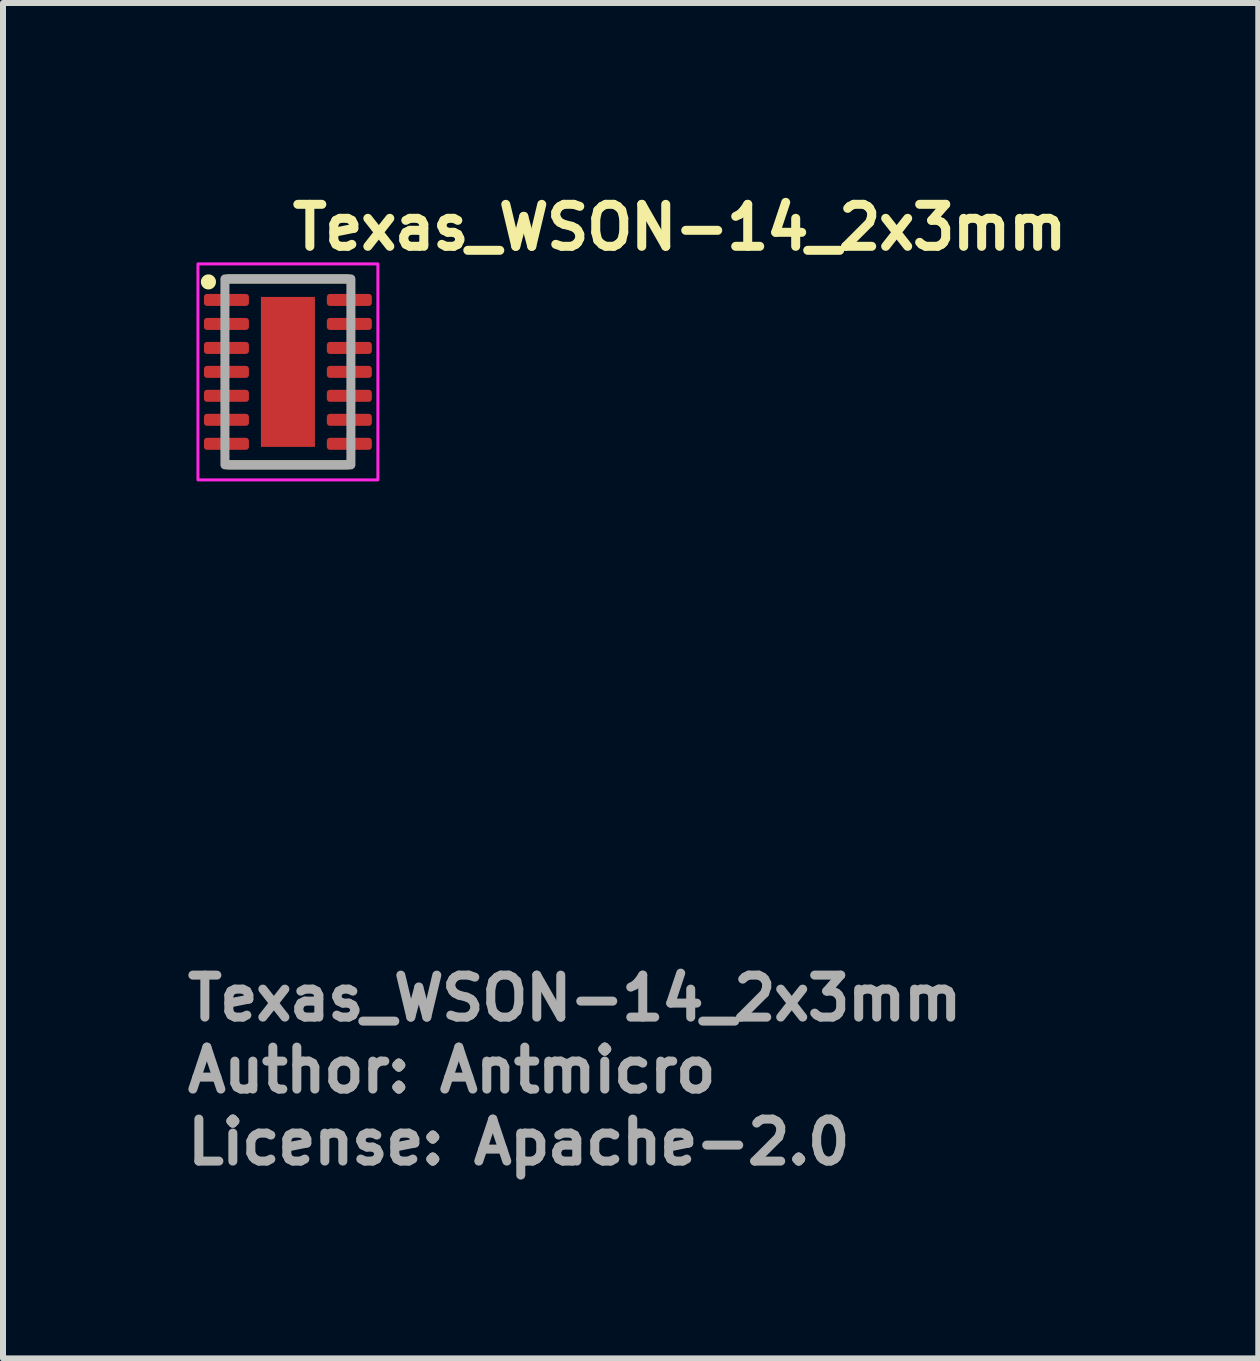
<source format=kicad_pcb>
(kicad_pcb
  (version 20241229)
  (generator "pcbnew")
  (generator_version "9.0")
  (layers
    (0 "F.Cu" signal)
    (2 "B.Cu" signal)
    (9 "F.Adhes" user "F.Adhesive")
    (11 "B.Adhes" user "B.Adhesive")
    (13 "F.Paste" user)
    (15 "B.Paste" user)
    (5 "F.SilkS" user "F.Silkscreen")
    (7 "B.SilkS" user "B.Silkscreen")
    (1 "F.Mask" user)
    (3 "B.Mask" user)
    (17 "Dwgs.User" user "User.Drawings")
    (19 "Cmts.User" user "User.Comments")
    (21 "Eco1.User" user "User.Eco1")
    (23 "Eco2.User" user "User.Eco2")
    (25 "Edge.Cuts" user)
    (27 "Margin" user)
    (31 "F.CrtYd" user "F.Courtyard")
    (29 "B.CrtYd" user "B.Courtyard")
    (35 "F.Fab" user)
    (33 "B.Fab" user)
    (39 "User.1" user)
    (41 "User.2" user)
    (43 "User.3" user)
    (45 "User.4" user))
  (footprint "Texas_WSON-14_2x3mm"
    (layer "F.Cu")
    (at 1.75 3.15)
    (property "Reference" "Texas_WSON-14_2x3mm" (at 0 -2 0) (unlocked yes) (layer "F.SilkS") (effects (font (size 0.7 0.7) (thickness 0.15)) (justify left bottom)))
    (attr smd)
    (fp_line (start -1 -1.549) (end 1 -1.549) (stroke (width 0.15) (type solid)) (layer "F.SilkS"))
    (fp_line (start -1 1.549) (end 1 1.549) (stroke (width 0.15) (type solid)) (layer "F.SilkS"))
    (fp_circle (center -1.325 -1.5) (end -1.274 -1.5) (stroke (width 0.15) (type solid)) (fill yes) (layer "F.SilkS"))
    (fp_rect (start -1.5 -1.8) (end 1.5 1.8) (stroke (width 0.05) (type solid)) (fill no) (layer "F.CrtYd"))
    (fp_rect (start -1.05 -1.55) (end 1.05 1.55) (stroke (width 0.15) (type solid)) (fill no) (layer "F.Fab"))
    (fp_line (start -1.05 -1.549) (end 1.05 -1.549) (stroke (width 0.1) (type solid)) (layer "User.1"))
    (fp_line (start -1.05 1.549) (end -1.05 -1.549) (stroke (width 0.1) (type solid)) (layer "User.1"))
    (fp_line (start -1.05 1.549) (end 1.05 1.549) (stroke (width 0.1) (type solid)) (layer "User.1"))
    (fp_line (start 1.05 1.549) (end 1.05 -1.549) (stroke (width 0.1) (type solid)) (layer "User.1"))
    (fp_rect (start -1.05 1.5) (end 1.05 -1.5) (stroke (width 0.1) (type solid)) (fill no) (layer "User.5"))
    (fp_line (start -1.05 -1.3) (end -1 -1.3) (stroke (width 0.02) (type solid)) (layer "User.9"))
    (fp_line (start -1.05 -1.1) (end -1.05 -1.3) (stroke (width 0.02) (type solid)) (layer "User.9"))
    (fp_line (start -1.05 -1.1) (end -1 -1.1) (stroke (width 0.02) (type solid)) (layer "User.9"))
    (fp_line (start -1.05 -0.9) (end -1 -0.9) (stroke (width 0.02) (type solid)) (layer "User.9"))
    (fp_line (start -1.05 -0.699) (end -1.05 -0.9) (stroke (width 0.02) (type solid)) (layer "User.9"))
    (fp_line (start -1.05 -0.699) (end -1 -0.699) (stroke (width 0.02) (type solid)) (layer "User.9"))
    (fp_line (start -1.05 -0.5) (end -1 -0.5) (stroke (width 0.02) (type solid)) (layer "User.9"))
    (fp_line (start -1.05 -0.3) (end -1.05 -0.5) (stroke (width 0.02) (type solid)) (layer "User.9"))
    (fp_line (start -1.05 -0.3) (end -1 -0.3) (stroke (width 0.02) (type solid)) (layer "User.9"))
    (fp_line (start -1.05 -0.1) (end -1 -0.1) (stroke (width 0.02) (type solid)) (layer "User.9"))
    (fp_line (start -1.05 0.1) (end -1.05 -0.1) (stroke (width 0.02) (type solid)) (layer "User.9"))
    (fp_line (start -1.05 0.1) (end -1 0.1) (stroke (width 0.02) (type solid)) (layer "User.9"))
    (fp_line (start -1.05 0.3) (end -1 0.3) (stroke (width 0.02) (type solid)) (layer "User.9"))
    (fp_line (start -1.05 0.5) (end -1.05 0.3) (stroke (width 0.02) (type solid)) (layer "User.9"))
    (fp_line (start -1.05 0.5) (end -1 0.5) (stroke (width 0.02) (type solid)) (layer "User.9"))
    (fp_line (start -1.05 0.699) (end -1 0.699) (stroke (width 0.02) (type solid)) (layer "User.9"))
    (fp_line (start -1.05 0.9) (end -1.05 0.699) (stroke (width 0.02) (type solid)) (layer "User.9"))
    (fp_line (start -1.05 0.9) (end -1 0.9) (stroke (width 0.02) (type solid)) (layer "User.9"))
    (fp_line (start -1.05 1.1) (end -1 1.1) (stroke (width 0.02) (type solid)) (layer "User.9"))
    (fp_line (start -1.05 1.3) (end -1.05 1.1) (stroke (width 0.02) (type solid)) (layer "User.9"))
    (fp_line (start -1.05 1.3) (end -1 1.3) (stroke (width 0.02) (type solid)) (layer "User.9"))
    (fp_line (start -1 -1.5) (end 1 -1.5) (stroke (width 0.02) (type solid)) (layer "User.9"))
    (fp_line (start -1 1.5) (end -1 -1.5) (stroke (width 0.02) (type solid)) (layer "User.9"))
    (fp_line (start -1 1.5) (end 1 1.5) (stroke (width 0.02) (type solid)) (layer "User.9"))
    (fp_line (start -0.875 -1.25) (end -0.875 -1.25) (stroke (width 0.02) (type solid)) (layer "User.9"))
    (fp_line (start -0.875 -1.25) (end -0.874 -1.243) (stroke (width 0.02) (type solid)) (layer "User.9"))
    (fp_line (start -0.874 -1.262) (end -0.874 -1.256) (stroke (width 0.02) (type solid)) (layer "User.9"))
    (fp_line (start -0.874 -1.256) (end -0.875 -1.25) (stroke (width 0.02) (type solid)) (layer "User.9"))
    (fp_line (start -0.874 -1.243) (end -0.874 -1.237) (stroke (width 0.02) (type solid)) (layer "User.9"))
    (fp_line (start -0.874 -1.237) (end -0.873 -1.23) (stroke (width 0.02) (type solid)) (layer "User.9"))
    (fp_line (start -0.873 -1.269) (end -0.874 -1.262) (stroke (width 0.02) (type solid)) (layer "User.9"))
    (fp_line (start -0.873 -1.23) (end -0.872 -1.224) (stroke (width 0.02) (type solid)) (layer "User.9"))
    (fp_line (start -0.872 -1.275) (end -0.873 -1.269) (stroke (width 0.02) (type solid)) (layer "User.9"))
    (fp_line (start -0.872 -1.224) (end -0.871 -1.218) (stroke (width 0.02) (type solid)) (layer "User.9"))
    (fp_line (start -0.871 -1.281) (end -0.872 -1.275) (stroke (width 0.02) (type solid)) (layer "User.9"))
    (fp_line (start -0.871 -1.218) (end -0.869 -1.212) (stroke (width 0.02) (type solid)) (layer "User.9"))
    (fp_line (start -0.869 -1.287) (end -0.871 -1.281) (stroke (width 0.02) (type solid)) (layer "User.9"))
    (fp_line (start -0.869 -1.212) (end -0.867 -1.207) (stroke (width 0.02) (type solid)) (layer "User.9"))
    (fp_line (start -0.867 -1.292) (end -0.869 -1.287) (stroke (width 0.02) (type solid)) (layer "User.9"))
    (fp_line (start -0.867 -1.207) (end -0.865 -1.201) (stroke (width 0.02) (type solid)) (layer "User.9"))
    (fp_line (start -0.865 -1.298) (end -0.867 -1.292) (stroke (width 0.02) (type solid)) (layer "User.9"))
    (fp_line (start -0.865 -1.201) (end -0.862 -1.195) (stroke (width 0.02) (type solid)) (layer "User.9"))
    (fp_line (start -0.862 -1.304) (end -0.865 -1.298) (stroke (width 0.02) (type solid)) (layer "User.9"))
    (fp_line (start -0.862 -1.195) (end -0.859 -1.19) (stroke (width 0.02) (type solid)) (layer "User.9"))
    (fp_line (start -0.859 -1.309) (end -0.862 -1.304) (stroke (width 0.02) (type solid)) (layer "User.9"))
    (fp_line (start -0.859 -1.19) (end -0.856 -1.185) (stroke (width 0.02) (type solid)) (layer "User.9"))
    (fp_line (start -0.856 -1.314) (end -0.859 -1.309) (stroke (width 0.02) (type solid)) (layer "User.9"))
    (fp_line (start -0.856 -1.185) (end -0.853 -1.18) (stroke (width 0.02) (type solid)) (layer "User.9"))
    (fp_line (start -0.853 -1.319) (end -0.856 -1.314) (stroke (width 0.02) (type solid)) (layer "User.9"))
    (fp_line (start -0.853 -1.18) (end -0.85 -1.175) (stroke (width 0.02) (type solid)) (layer "User.9"))
    (fp_line (start -0.85 -1.324) (end -0.853 -1.319) (stroke (width 0.02) (type solid)) (layer "User.9"))
    (fp_line (start -0.85 -1.175) (end -0.846 -1.17) (stroke (width 0.02) (type solid)) (layer "User.9"))
    (fp_line (start -0.846 -1.329) (end -0.85 -1.324) (stroke (width 0.02) (type solid)) (layer "User.9"))
    (fp_line (start -0.846 -1.17) (end -0.842 -1.165) (stroke (width 0.02) (type solid)) (layer "User.9"))
    (fp_line (start -0.842 -1.334) (end -0.846 -1.329) (stroke (width 0.02) (type solid)) (layer "User.9"))
    (fp_line (start -0.842 -1.165) (end -0.838 -1.161) (stroke (width 0.02) (type solid)) (layer "User.9"))
    (fp_line (start -0.838 -1.338) (end -0.842 -1.334) (stroke (width 0.02) (type solid)) (layer "User.9"))
    (fp_line (start -0.838 -1.161) (end -0.834 -1.157) (stroke (width 0.02) (type solid)) (layer "User.9"))
    (fp_line (start -0.834 -1.342) (end -0.838 -1.338) (stroke (width 0.02) (type solid)) (layer "User.9"))
    (fp_line (start -0.834 -1.157) (end -0.829 -1.153) (stroke (width 0.02) (type solid)) (layer "User.9"))
    (fp_line (start -0.829 -1.346) (end -0.834 -1.342) (stroke (width 0.02) (type solid)) (layer "User.9"))
    (fp_line (start -0.829 -1.153) (end -0.824 -1.149) (stroke (width 0.02) (type solid)) (layer "User.9"))
    (fp_line (start -0.824 -1.35) (end -0.829 -1.346) (stroke (width 0.02) (type solid)) (layer "User.9"))
    (fp_line (start -0.824 -1.149) (end -0.819 -1.146) (stroke (width 0.02) (type solid)) (layer "User.9"))
    (fp_line (start -0.819 -1.353) (end -0.824 -1.35) (stroke (width 0.02) (type solid)) (layer "User.9"))
    (fp_line (start -0.819 -1.146) (end -0.814 -1.143) (stroke (width 0.02) (type solid)) (layer "User.9"))
    (fp_line (start -0.814 -1.356) (end -0.819 -1.353) (stroke (width 0.02) (type solid)) (layer "User.9"))
    (fp_line (start -0.814 -1.143) (end -0.809 -1.14) (stroke (width 0.02) (type solid)) (layer "User.9"))
    (fp_line (start -0.809 -1.359) (end -0.814 -1.356) (stroke (width 0.02) (type solid)) (layer "User.9"))
    (fp_line (start -0.809 -1.14) (end -0.804 -1.137) (stroke (width 0.02) (type solid)) (layer "User.9"))
    (fp_line (start -0.804 -1.362) (end -0.809 -1.359) (stroke (width 0.02) (type solid)) (layer "User.9"))
    (fp_line (start -0.804 -1.137) (end -0.798 -1.134) (stroke (width 0.02) (type solid)) (layer "User.9"))
    (fp_line (start -0.798 -1.365) (end -0.804 -1.362) (stroke (width 0.02) (type solid)) (layer "User.9"))
    (fp_line (start -0.798 -1.134) (end -0.792 -1.132) (stroke (width 0.02) (type solid)) (layer "User.9"))
    (fp_line (start -0.792 -1.367) (end -0.798 -1.365) (stroke (width 0.02) (type solid)) (layer "User.9"))
    (fp_line (start -0.792 -1.132) (end -0.787 -1.13) (stroke (width 0.02) (type solid)) (layer "User.9"))
    (fp_line (start -0.787 -1.369) (end -0.792 -1.367) (stroke (width 0.02) (type solid)) (layer "User.9"))
    (fp_line (start -0.787 -1.13) (end -0.781 -1.128) (stroke (width 0.02) (type solid)) (layer "User.9"))
    (fp_line (start -0.781 -1.371) (end -0.787 -1.369) (stroke (width 0.02) (type solid)) (layer "User.9"))
    (fp_line (start -0.781 -1.128) (end -0.775 -1.127) (stroke (width 0.02) (type solid)) (layer "User.9"))
    (fp_line (start -0.775 -1.372) (end -0.781 -1.371) (stroke (width 0.02) (type solid)) (layer "User.9"))
    (fp_line (start -0.775 -1.127) (end -0.769 -1.126) (stroke (width 0.02) (type solid)) (layer "User.9"))
    (fp_line (start -0.769 -1.373) (end -0.775 -1.372) (stroke (width 0.02) (type solid)) (layer "User.9"))
    (fp_line (start -0.769 -1.126) (end -0.762 -1.125) (stroke (width 0.02) (type solid)) (layer "User.9"))
    (fp_line (start -0.762 -1.374) (end -0.769 -1.373) (stroke (width 0.02) (type solid)) (layer "User.9"))
    (fp_line (start -0.762 -1.125) (end -0.756 -1.125) (stroke (width 0.02) (type solid)) (layer "User.9"))
    (fp_line (start -0.756 -1.374) (end -0.762 -1.374) (stroke (width 0.02) (type solid)) (layer "User.9"))
    (fp_line (start -0.756 -1.125) (end -0.75 -1.125) (stroke (width 0.02) (type solid)) (layer "User.9"))
    (fp_line (start -0.75 -1.375) (end -0.756 -1.374) (stroke (width 0.02) (type solid)) (layer "User.9"))
    (fp_line (start -0.75 -1.375) (end -0.75 -1.375) (stroke (width 0.02) (type solid)) (layer "User.9"))
    (fp_line (start -0.75 -1.375) (end -0.75 -1.375) (stroke (width 0.02) (type solid)) (layer "User.9"))
    (fp_line (start -0.75 -1.125) (end -0.75 -1.125) (stroke (width 0.02) (type solid)) (layer "User.9"))
    (fp_line (start -0.75 -1.125) (end -0.743 -1.125) (stroke (width 0.02) (type solid)) (layer "User.9"))
    (fp_line (start -0.743 -1.374) (end -0.75 -1.375) (stroke (width 0.02) (type solid)) (layer "User.9"))
    (fp_line (start -0.743 -1.125) (end -0.737 -1.125) (stroke (width 0.02) (type solid)) (layer "User.9"))
    (fp_line (start -0.737 -1.374) (end -0.743 -1.374) (stroke (width 0.02) (type solid)) (layer "User.9"))
    (fp_line (start -0.737 -1.125) (end -0.73 -1.126) (stroke (width 0.02) (type solid)) (layer "User.9"))
    (fp_line (start -0.73 -1.373) (end -0.737 -1.374) (stroke (width 0.02) (type solid)) (layer "User.9"))
    (fp_line (start -0.73 -1.126) (end -0.724 -1.127) (stroke (width 0.02) (type solid)) (layer "User.9"))
    (fp_line (start -0.724 -1.372) (end -0.73 -1.373) (stroke (width 0.02) (type solid)) (layer "User.9"))
    (fp_line (start -0.724 -1.127) (end -0.718 -1.128) (stroke (width 0.02) (type solid)) (layer "User.9"))
    (fp_line (start -0.718 -1.371) (end -0.724 -1.372) (stroke (width 0.02) (type solid)) (layer "User.9"))
    (fp_line (start -0.718 -1.128) (end -0.712 -1.13) (stroke (width 0.02) (type solid)) (layer "User.9"))
    (fp_line (start -0.712 -1.369) (end -0.718 -1.371) (stroke (width 0.02) (type solid)) (layer "User.9"))
    (fp_line (start -0.712 -1.13) (end -0.707 -1.132) (stroke (width 0.02) (type solid)) (layer "User.9"))
    (fp_line (start -0.707 -1.367) (end -0.712 -1.369) (stroke (width 0.02) (type solid)) (layer "User.9"))
    (fp_line (start -0.707 -1.132) (end -0.701 -1.134) (stroke (width 0.02) (type solid)) (layer "User.9"))
    (fp_line (start -0.701 -1.365) (end -0.707 -1.367) (stroke (width 0.02) (type solid)) (layer "User.9"))
    (fp_line (start -0.701 -1.134) (end -0.695 -1.137) (stroke (width 0.02) (type solid)) (layer "User.9"))
    (fp_line (start -0.695 -1.362) (end -0.701 -1.365) (stroke (width 0.02) (type solid)) (layer "User.9"))
    (fp_line (start -0.695 -1.137) (end -0.69 -1.14) (stroke (width 0.02) (type solid)) (layer "User.9"))
    (fp_line (start -0.69 -1.359) (end -0.695 -1.362) (stroke (width 0.02) (type solid)) (layer "User.9"))
    (fp_line (start -0.69 -1.14) (end -0.685 -1.143) (stroke (width 0.02) (type solid)) (layer "User.9"))
    (fp_line (start -0.685 -1.356) (end -0.69 -1.359) (stroke (width 0.02) (type solid)) (layer "User.9"))
    (fp_line (start -0.685 -1.143) (end -0.68 -1.146) (stroke (width 0.02) (type solid)) (layer "User.9"))
    (fp_line (start -0.68 -1.353) (end -0.685 -1.356) (stroke (width 0.02) (type solid)) (layer "User.9"))
    (fp_line (start -0.68 -1.146) (end -0.675 -1.149) (stroke (width 0.02) (type solid)) (layer "User.9"))
    (fp_line (start -0.675 -1.35) (end -0.68 -1.353) (stroke (width 0.02) (type solid)) (layer "User.9"))
    (fp_line (start -0.675 -1.149) (end -0.67 -1.153) (stroke (width 0.02) (type solid)) (layer "User.9"))
    (fp_line (start -0.67 -1.346) (end -0.675 -1.35) (stroke (width 0.02) (type solid)) (layer "User.9"))
    (fp_line (start -0.67 -1.153) (end -0.665 -1.157) (stroke (width 0.02) (type solid)) (layer "User.9"))
    (fp_line (start -0.665 -1.342) (end -0.67 -1.346) (stroke (width 0.02) (type solid)) (layer "User.9"))
    (fp_line (start -0.665 -1.157) (end -0.661 -1.161) (stroke (width 0.02) (type solid)) (layer "User.9"))
    (fp_line (start -0.661 -1.338) (end -0.665 -1.342) (stroke (width 0.02) (type solid)) (layer "User.9"))
    (fp_line (start -0.661 -1.161) (end -0.657 -1.165) (stroke (width 0.02) (type solid)) (layer "User.9"))
    (fp_line (start -0.657 -1.334) (end -0.661 -1.338) (stroke (width 0.02) (type solid)) (layer "User.9"))
    (fp_line (start -0.657 -1.165) (end -0.653 -1.17) (stroke (width 0.02) (type solid)) (layer "User.9"))
    (fp_line (start -0.653 -1.329) (end -0.657 -1.334) (stroke (width 0.02) (type solid)) (layer "User.9"))
    (fp_line (start -0.653 -1.17) (end -0.649 -1.175) (stroke (width 0.02) (type solid)) (layer "User.9"))
    (fp_line (start -0.649 -1.324) (end -0.653 -1.329) (stroke (width 0.02) (type solid)) (layer "User.9"))
    (fp_line (start -0.649 -1.175) (end -0.646 -1.18) (stroke (width 0.02) (type solid)) (layer "User.9"))
    (fp_line (start -0.646 -1.319) (end -0.649 -1.324) (stroke (width 0.02) (type solid)) (layer "User.9"))
    (fp_line (start -0.646 -1.18) (end -0.643 -1.185) (stroke (width 0.02) (type solid)) (layer "User.9"))
    (fp_line (start -0.643 -1.314) (end -0.646 -1.319) (stroke (width 0.02) (type solid)) (layer "User.9"))
    (fp_line (start -0.643 -1.185) (end -0.64 -1.19) (stroke (width 0.02) (type solid)) (layer "User.9"))
    (fp_line (start -0.64 -1.309) (end -0.643 -1.314) (stroke (width 0.02) (type solid)) (layer "User.9"))
    (fp_line (start -0.64 -1.19) (end -0.637 -1.195) (stroke (width 0.02) (type solid)) (layer "User.9"))
    (fp_line (start -0.637 -1.304) (end -0.64 -1.309) (stroke (width 0.02) (type solid)) (layer "User.9"))
    (fp_line (start -0.637 -1.195) (end -0.634 -1.201) (stroke (width 0.02) (type solid)) (layer "User.9"))
    (fp_line (start -0.634 -1.298) (end -0.637 -1.304) (stroke (width 0.02) (type solid)) (layer "User.9"))
    (fp_line (start -0.634 -1.201) (end -0.632 -1.207) (stroke (width 0.02) (type solid)) (layer "User.9"))
    (fp_line (start -0.632 -1.292) (end -0.634 -1.298) (stroke (width 0.02) (type solid)) (layer "User.9"))
    (fp_line (start -0.632 -1.207) (end -0.63 -1.212) (stroke (width 0.02) (type solid)) (layer "User.9"))
    (fp_line (start -0.63 -1.287) (end -0.632 -1.292) (stroke (width 0.02) (type solid)) (layer "User.9"))
    (fp_line (start -0.63 -1.212) (end -0.628 -1.218) (stroke (width 0.02) (type solid)) (layer "User.9"))
    (fp_line (start -0.628 -1.281) (end -0.63 -1.287) (stroke (width 0.02) (type solid)) (layer "User.9"))
    (fp_line (start -0.628 -1.218) (end -0.627 -1.224) (stroke (width 0.02) (type solid)) (layer "User.9"))
    (fp_line (start -0.627 -1.275) (end -0.628 -1.281) (stroke (width 0.02) (type solid)) (layer "User.9"))
    (fp_line (start -0.627 -1.224) (end -0.626 -1.23) (stroke (width 0.02) (type solid)) (layer "User.9"))
    (fp_line (start -0.626 -1.269) (end -0.627 -1.275) (stroke (width 0.02) (type solid)) (layer "User.9"))
    (fp_line (start -0.626 -1.23) (end -0.625 -1.237) (stroke (width 0.02) (type solid)) (layer "User.9"))
    (fp_line (start -0.625 -1.262) (end -0.626 -1.269) (stroke (width 0.02) (type solid)) (layer "User.9"))
    (fp_line (start -0.625 -1.256) (end -0.625 -1.262) (stroke (width 0.02) (type solid)) (layer "User.9"))
    (fp_line (start -0.625 -1.25) (end -0.625 -1.256) (stroke (width 0.02) (type solid)) (layer "User.9"))
    (fp_line (start -0.625 -1.25) (end -0.625 -1.25) (stroke (width 0.02) (type solid)) (layer "User.9"))
    (fp_line (start -0.625 -1.243) (end -0.625 -1.25) (stroke (width 0.02) (type solid)) (layer "User.9"))
    (fp_line (start -0.625 -1.237) (end -0.625 -1.243) (stroke (width 0.02) (type solid)) (layer "User.9"))
    (fp_line (start 1 -1.3) (end 1.05 -1.3) (stroke (width 0.02) (type solid)) (layer "User.9"))
    (fp_line (start 1 -1.1) (end 1.05 -1.1) (stroke (width 0.02) (type solid)) (layer "User.9"))
    (fp_line (start 1 -0.9) (end 1.05 -0.9) (stroke (width 0.02) (type solid)) (layer "User.9"))
    (fp_line (start 1 -0.699) (end 1.05 -0.699) (stroke (width 0.02) (type solid)) (layer "User.9"))
    (fp_line (start 1 -0.5) (end 1.05 -0.5) (stroke (width 0.02) (type solid)) (layer "User.9"))
    (fp_line (start 1 -0.3) (end 1.05 -0.3) (stroke (width 0.02) (type solid)) (layer "User.9"))
    (fp_line (start 1 -0.1) (end 1.05 -0.1) (stroke (width 0.02) (type solid)) (layer "User.9"))
    (fp_line (start 1 0.1) (end 1.05 0.1) (stroke (width 0.02) (type solid)) (layer "User.9"))
    (fp_line (start 1 0.3) (end 1.05 0.3) (stroke (width 0.02) (type solid)) (layer "User.9"))
    (fp_line (start 1 0.5) (end 1.05 0.5) (stroke (width 0.02) (type solid)) (layer "User.9"))
    (fp_line (start 1 0.699) (end 1.05 0.699) (stroke (width 0.02) (type solid)) (layer "User.9"))
    (fp_line (start 1 0.9) (end 1.05 0.9) (stroke (width 0.02) (type solid)) (layer "User.9"))
    (fp_line (start 1 1.1) (end 1.05 1.1) (stroke (width 0.02) (type solid)) (layer "User.9"))
    (fp_line (start 1 1.3) (end 1.05 1.3) (stroke (width 0.02) (type solid)) (layer "User.9"))
    (fp_line (start 1 1.5) (end 1 -1.5) (stroke (width 0.02) (type solid)) (layer "User.9"))
    (fp_line (start 1.05 -1.1) (end 1.05 -1.3) (stroke (width 0.02) (type solid)) (layer "User.9"))
    (fp_line (start 1.05 -0.699) (end 1.05 -0.9) (stroke (width 0.02) (type solid)) (layer "User.9"))
    (fp_line (start 1.05 -0.3) (end 1.05 -0.5) (stroke (width 0.02) (type solid)) (layer "User.9"))
    (fp_line (start 1.05 0.1) (end 1.05 -0.1) (stroke (width 0.02) (type solid)) (layer "User.9"))
    (fp_line (start 1.05 0.5) (end 1.05 0.3) (stroke (width 0.02) (type solid)) (layer "User.9"))
    (fp_line (start 1.05 0.9) (end 1.05 0.699) (stroke (width 0.02) (type solid)) (layer "User.9"))
    (fp_line (start 1.05 1.3) (end 1.05 1.1) (stroke (width 0.02) (type solid)) (layer "User.9"))
    (fp_text user "Author: Antmicro" (at -1.75 12.05 0) (layer "F.Fab") (effects (font (size 0.7 0.7) (thickness 0.15)) (justify left bottom)))
    (fp_text user "${REFERENCE}" (at -1.75 10.85 0) (unlocked yes) (layer "F.Fab") (effects (font (size 0.7 0.7) (thickness 0.15)) (justify left bottom)))
    (fp_text user "License: Apache-2.0" (at -1.75 13.25 0) (layer "F.Fab") (effects (font (size 0.7 0.7) (thickness 0.15)) (justify left bottom)))
    (pad "1" smd roundrect (at -1.025 -1.2 270) (size 0.2 0.75) (layers "F.Cu" "F.Mask" "F.Paste") (roundrect_rratio 0.25))
    (pad "2" smd roundrect (at -1.025 -0.8 270) (size 0.2 0.75) (layers "F.Cu" "F.Mask" "F.Paste") (roundrect_rratio 0.25))
    (pad "3" smd roundrect (at -1.025 -0.4 270) (size 0.2 0.75) (layers "F.Cu" "F.Mask" "F.Paste") (roundrect_rratio 0.25))
    (pad "4" smd roundrect (at -1.025 0 270) (size 0.2 0.75) (layers "F.Cu" "F.Mask" "F.Paste") (roundrect_rratio 0.25))
    (pad "5" smd roundrect (at -1.025 0.399 270) (size 0.2 0.75) (layers "F.Cu" "F.Mask" "F.Paste") (roundrect_rratio 0.25))
    (pad "6" smd roundrect (at -1.025 0.799 270) (size 0.2 0.75) (layers "F.Cu" "F.Mask" "F.Paste") (roundrect_rratio 0.25))
    (pad "7" smd roundrect (at -1.025 1.199 270) (size 0.2 0.75) (layers "F.Cu" "F.Mask" "F.Paste") (roundrect_rratio 0.25))
    (pad "8" smd roundrect (at 1.024 1.199 270) (size 0.2 0.75) (layers "F.Cu" "F.Mask" "F.Paste") (roundrect_rratio 0.25))
    (pad "9" smd roundrect (at 1.024 0.799 270) (size 0.2 0.75) (layers "F.Cu" "F.Mask" "F.Paste") (roundrect_rratio 0.25))
    (pad "10" smd roundrect (at 1.024 0.399 270) (size 0.2 0.75) (layers "F.Cu" "F.Mask" "F.Paste") (roundrect_rratio 0.25))
    (pad "11" smd roundrect (at 1.024 0 270) (size 0.2 0.75) (layers "F.Cu" "F.Mask" "F.Paste") (roundrect_rratio 0.25))
    (pad "12" smd roundrect (at 1.024 -0.4 270) (size 0.2 0.75) (layers "F.Cu" "F.Mask" "F.Paste") (roundrect_rratio 0.25))
    (pad "13" smd roundrect (at 1.024 -0.8 270) (size 0.2 0.75) (layers "F.Cu" "F.Mask" "F.Paste") (roundrect_rratio 0.25))
    (pad "14" smd roundrect (at 1.024 -1.2 270) (size 0.2 0.75) (layers "F.Cu" "F.Mask" "F.Paste") (roundrect_rratio 0.25))
    (pad "EP" smd rect (at 0 0 270) (size 2.5 0.9) (layers "F.Cu" "F.Mask" "F.Paste")))
  (gr_rect
    (start -3 -3)
    (end 17.927 19.596)
    (stroke (width 0.1) (type default))
    (fill no)
    (layer "Edge.Cuts")))
</source>
